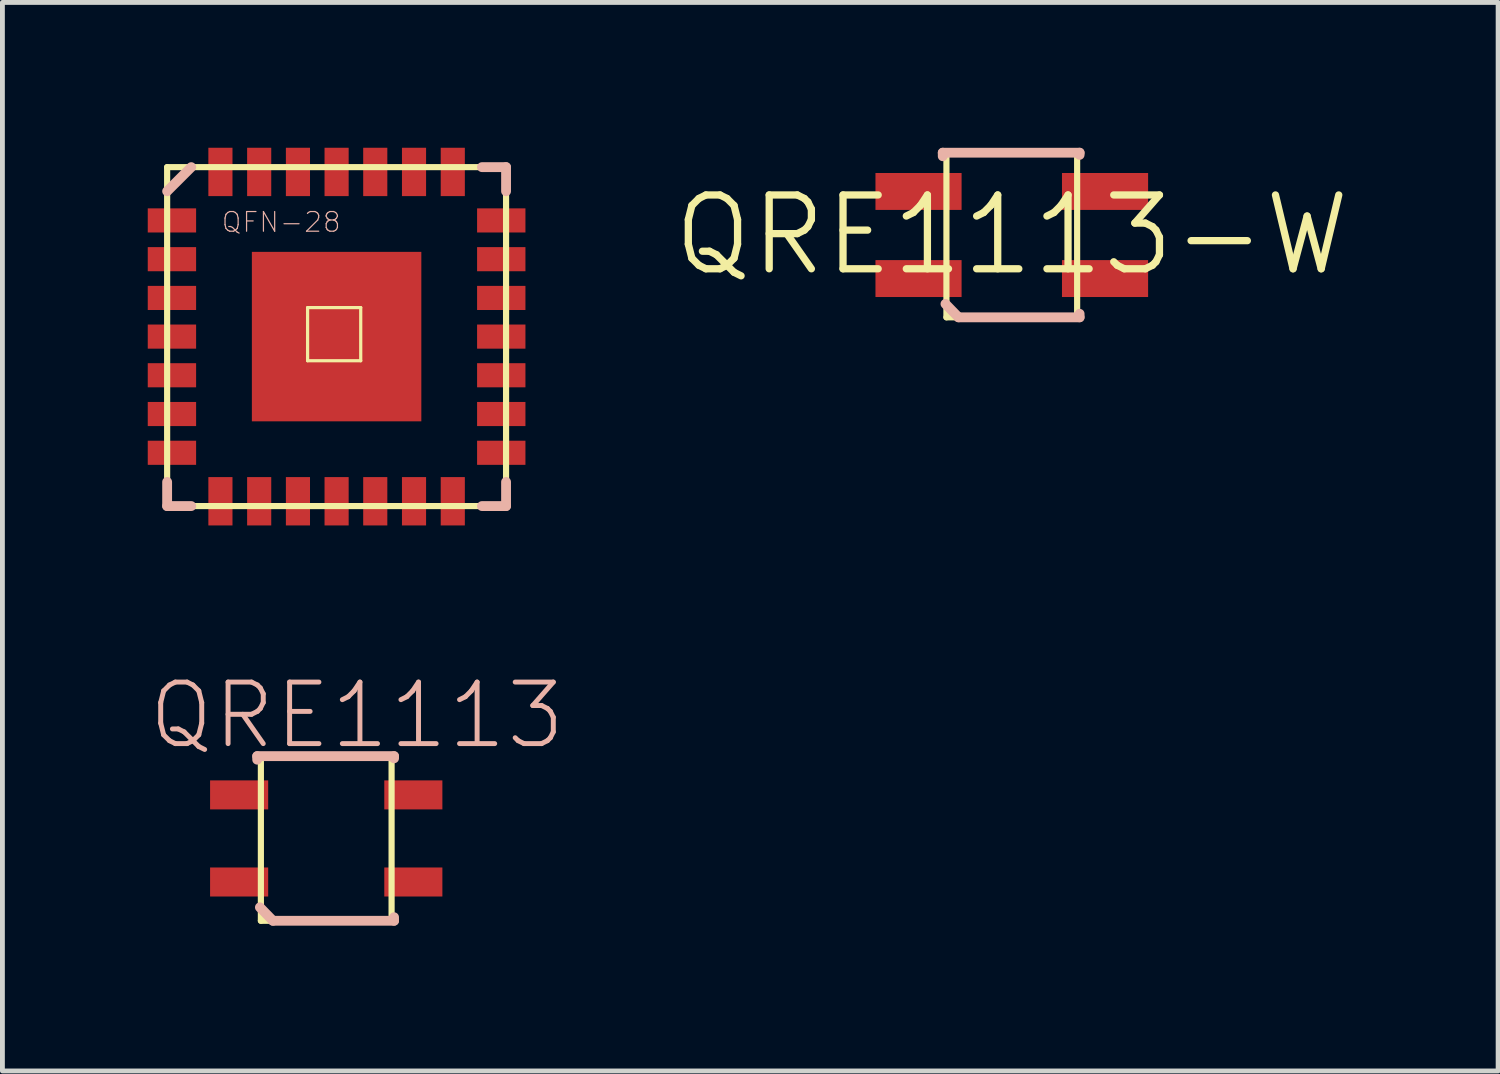
<source format=kicad_pcb>
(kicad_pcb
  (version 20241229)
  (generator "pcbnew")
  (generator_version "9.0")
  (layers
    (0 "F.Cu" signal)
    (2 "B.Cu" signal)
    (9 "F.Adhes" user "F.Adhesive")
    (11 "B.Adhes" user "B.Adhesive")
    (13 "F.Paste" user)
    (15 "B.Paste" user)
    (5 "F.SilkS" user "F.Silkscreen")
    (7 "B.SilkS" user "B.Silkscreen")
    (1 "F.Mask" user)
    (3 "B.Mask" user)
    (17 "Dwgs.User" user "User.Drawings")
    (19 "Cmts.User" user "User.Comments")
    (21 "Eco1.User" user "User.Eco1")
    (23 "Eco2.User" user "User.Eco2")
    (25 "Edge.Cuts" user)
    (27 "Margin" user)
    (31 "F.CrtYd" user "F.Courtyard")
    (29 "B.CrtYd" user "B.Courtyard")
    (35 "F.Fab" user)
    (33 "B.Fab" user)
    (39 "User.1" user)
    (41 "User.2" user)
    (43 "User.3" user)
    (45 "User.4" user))
  (footprint "QRE1113"
    (layer "F.Cu")
    (at 3.684 14.257)
    (property "Reference" "QRE1113" (at 0.635 -2.54 0) (layer "B.SilkS") (effects (font (size 1.27 1.27) (thickness 0.102))))
    (attr smd)
    (fp_line (start -1.349 -1.699) (end -1.349 1.699) (stroke (width 0.127) (type solid)) (layer "F.SilkS"))
    (fp_line (start -1.349 1.699) (end 1.349 1.699) (stroke (width 0.127) (type solid)) (layer "F.SilkS"))
    (fp_line (start 1.349 -1.699) (end -1.349 -1.699) (stroke (width 0.127) (type solid)) (layer "F.SilkS"))
    (fp_line (start 1.349 1.699) (end 1.349 -1.699) (stroke (width 0.127) (type solid)) (layer "F.SilkS"))
    (fp_line (start -1.425 -1.699) (end 1.4 -1.699) (stroke (width 0.203) (type solid)) (layer "B.SilkS"))
    (fp_line (start -1.425 -1.626) (end -1.425 -1.699) (stroke (width 0.203) (type solid)) (layer "B.SilkS"))
    (fp_line (start -1.369 1.422) (end -1.1 1.699) (stroke (width 0.203) (type solid)) (layer "B.SilkS"))
    (fp_line (start -1.1 1.699) (end 1.4 1.699) (stroke (width 0.203) (type solid)) (layer "B.SilkS"))
    (fp_line (start 1.4 -1.699) (end 1.4 -1.654) (stroke (width 0.203) (type solid)) (layer "B.SilkS"))
    (fp_line (start 1.4 1.699) (end 1.4 1.626) (stroke (width 0.203) (type solid)) (layer "B.SilkS"))
    (pad "1" smd rect (at -1.798 0.899) (size 1.199 0.599) (layers "F.Cu" "F.Mask" "F.Paste"))
    (pad "2" smd rect (at 1.798 0.899) (size 1.199 0.599) (layers "F.Cu" "F.Mask" "F.Paste"))
    (pad "3" smd rect (at 1.798 -0.899) (size 1.199 0.599) (layers "F.Cu" "F.Mask" "F.Paste"))
    (pad "4" smd rect (at -1.798 -0.899) (size 1.199 0.599) (layers "F.Cu" "F.Mask" "F.Paste")))
  (footprint "QFN-28"
    (layer "F.Cu")
    (at 3.898 3.898)
    (property "Reference" "QFN-28" (at -1.143 -2.362 0) (layer "B.SilkS") (effects (font (size 0.406 0.406) (thickness 0.025))))
    (attr smd)
    (fp_line (start -3.498 -3.498) (end 3.498 -3.498) (stroke (width 0.127) (type solid)) (layer "F.SilkS"))
    (fp_line (start -3.498 3.498) (end -3.498 -3.498) (stroke (width 0.127) (type solid)) (layer "F.SilkS"))
    (fp_line (start -0.599 -0.599) (end 0.498 -0.599) (stroke (width 0.066) (type solid)) (layer "F.SilkS"))
    (fp_line (start -0.599 0.498) (end -0.599 -0.599) (stroke (width 0.066) (type solid)) (layer "F.SilkS"))
    (fp_line (start -0.599 0.498) (end 0.498 0.498) (stroke (width 0.066) (type solid)) (layer "F.SilkS"))
    (fp_line (start 0.498 0.498) (end 0.498 -0.599) (stroke (width 0.066) (type solid)) (layer "F.SilkS"))
    (fp_line (start 3.498 -3.498) (end 3.498 3.498) (stroke (width 0.127) (type solid)) (layer "F.SilkS"))
    (fp_line (start 3.498 3.498) (end -3.498 3.498) (stroke (width 0.127) (type solid)) (layer "F.SilkS"))
    (fp_line (start -3.498 3.498) (end -3.498 3) (stroke (width 0.203) (type solid)) (layer "B.SilkS"))
    (fp_line (start -3 -3.498) (end -3.498 -3) (stroke (width 0.203) (type solid)) (layer "B.SilkS"))
    (fp_line (start -3 3.498) (end -3.498 3.498) (stroke (width 0.203) (type solid)) (layer "B.SilkS"))
    (fp_line (start 3 3.498) (end 3.498 3.498) (stroke (width 0.203) (type solid)) (layer "B.SilkS"))
    (fp_line (start 3.498 -3.498) (end 3 -3.498) (stroke (width 0.203) (type solid)) (layer "B.SilkS"))
    (fp_line (start 3.498 -3) (end 3.498 -3.498) (stroke (width 0.203) (type solid)) (layer "B.SilkS"))
    (fp_line (start 3.498 3) (end 3.498 3.498) (stroke (width 0.203) (type solid)) (layer "B.SilkS"))
    (pad "0" smd rect (at 0 0) (size 3.498 3.498) (layers "F.Cu" "F.Mask" "F.Paste"))
    (pad "1" smd rect (at -3.399 -2.398 270) (size 0.498 0.998) (layers "F.Cu" "F.Mask" "F.Paste"))
    (pad "2" smd rect (at -3.399 -1.598 270) (size 0.498 0.998) (layers "F.Cu" "F.Mask" "F.Paste"))
    (pad "3" smd rect (at -3.399 -0.798 270) (size 0.498 0.998) (layers "F.Cu" "F.Mask" "F.Paste"))
    (pad "4" smd rect (at -3.399 0 270) (size 0.498 0.998) (layers "F.Cu" "F.Mask" "F.Paste"))
    (pad "5" smd rect (at -3.399 0.798 270) (size 0.498 0.998) (layers "F.Cu" "F.Mask" "F.Paste"))
    (pad "6" smd rect (at -3.399 1.598 270) (size 0.498 0.998) (layers "F.Cu" "F.Mask" "F.Paste"))
    (pad "7" smd rect (at -3.399 2.398 270) (size 0.498 0.998) (layers "F.Cu" "F.Mask" "F.Paste"))
    (pad "8" smd rect (at -2.398 3.399 180) (size 0.498 0.998) (layers "F.Cu" "F.Mask" "F.Paste"))
    (pad "9" smd rect (at -1.598 3.399 180) (size 0.498 0.998) (layers "F.Cu" "F.Mask" "F.Paste"))
    (pad "10" smd rect (at -0.798 3.399 180) (size 0.498 0.998) (layers "F.Cu" "F.Mask" "F.Paste"))
    (pad "11" smd rect (at 0 3.399 180) (size 0.498 0.998) (layers "F.Cu" "F.Mask" "F.Paste"))
    (pad "12" smd rect (at 0.798 3.399 180) (size 0.498 0.998) (layers "F.Cu" "F.Mask" "F.Paste"))
    (pad "13" smd rect (at 1.598 3.399 180) (size 0.498 0.998) (layers "F.Cu" "F.Mask" "F.Paste"))
    (pad "14" smd rect (at 2.398 3.399 180) (size 0.498 0.998) (layers "F.Cu" "F.Mask" "F.Paste"))
    (pad "15" smd rect (at 3.399 2.398 90) (size 0.498 0.998) (layers "F.Cu" "F.Mask" "F.Paste"))
    (pad "16" smd rect (at 3.399 1.598 90) (size 0.498 0.998) (layers "F.Cu" "F.Mask" "F.Paste"))
    (pad "17" smd rect (at 3.399 0.798 90) (size 0.498 0.998) (layers "F.Cu" "F.Mask" "F.Paste"))
    (pad "18" smd rect (at 3.399 0 90) (size 0.498 0.998) (layers "F.Cu" "F.Mask" "F.Paste"))
    (pad "19" smd rect (at 3.399 -0.798 90) (size 0.498 0.998) (layers "F.Cu" "F.Mask" "F.Paste"))
    (pad "20" smd rect (at 3.399 -1.598 90) (size 0.498 0.998) (layers "F.Cu" "F.Mask" "F.Paste"))
    (pad "21" smd rect (at 3.399 -2.398 90) (size 0.498 0.998) (layers "F.Cu" "F.Mask" "F.Paste"))
    (pad "22" smd rect (at 2.398 -3.399) (size 0.498 0.998) (layers "F.Cu" "F.Mask" "F.Paste"))
    (pad "23" smd rect (at 1.598 -3.399) (size 0.498 0.998) (layers "F.Cu" "F.Mask" "F.Paste"))
    (pad "24" smd rect (at 0.798 -3.399) (size 0.498 0.998) (layers "F.Cu" "F.Mask" "F.Paste"))
    (pad "25" smd rect (at 0 -3.399) (size 0.498 0.998) (layers "F.Cu" "F.Mask" "F.Paste"))
    (pad "26" smd rect (at -0.798 -3.399) (size 0.498 0.998) (layers "F.Cu" "F.Mask" "F.Paste"))
    (pad "27" smd rect (at -1.598 -3.399) (size 0.498 0.998) (layers "F.Cu" "F.Mask" "F.Paste"))
    (pad "28" smd rect (at -2.398 -3.399) (size 0.498 0.998) (layers "F.Cu" "F.Mask" "F.Paste")))
  (footprint "QRE1113-W"
    (layer "F.Cu")
    (at 17.835 1.801)
    (property "Reference" "QRE1113-W" (at 0 0 0) (layer "F.SilkS") (effects (font (size 1.524 1.524) (thickness 0.15))))
    (attr smd)
    (fp_line (start -1.349 -1.699) (end -1.349 1.699) (stroke (width 0.127) (type solid)) (layer "F.SilkS"))
    (fp_line (start -1.349 1.699) (end 1.349 1.699) (stroke (width 0.127) (type solid)) (layer "F.SilkS"))
    (fp_line (start 1.349 -1.699) (end -1.349 -1.699) (stroke (width 0.127) (type solid)) (layer "F.SilkS"))
    (fp_line (start 1.349 1.699) (end 1.349 -1.699) (stroke (width 0.127) (type solid)) (layer "F.SilkS"))
    (fp_line (start -1.425 -1.699) (end 1.4 -1.699) (stroke (width 0.203) (type solid)) (layer "B.SilkS"))
    (fp_line (start -1.425 -1.626) (end -1.425 -1.699) (stroke (width 0.203) (type solid)) (layer "B.SilkS"))
    (fp_line (start -1.369 1.422) (end -1.1 1.699) (stroke (width 0.203) (type solid)) (layer "B.SilkS"))
    (fp_line (start -1.1 1.699) (end 1.4 1.699) (stroke (width 0.203) (type solid)) (layer "B.SilkS"))
    (fp_line (start 1.4 -1.699) (end 1.4 -1.654) (stroke (width 0.203) (type solid)) (layer "B.SilkS"))
    (fp_line (start 1.4 1.699) (end 1.4 1.626) (stroke (width 0.203) (type solid)) (layer "B.SilkS"))
    (pad "1" smd rect (at -1.925 0.899) (size 1.778 0.762) (layers "F.Cu" "F.Mask" "F.Paste"))
    (pad "2" smd rect (at 1.925 0.899) (size 1.778 0.762) (layers "F.Cu" "F.Mask" "F.Paste"))
    (pad "3" smd rect (at 1.925 -0.899) (size 1.778 0.762) (layers "F.Cu" "F.Mask" "F.Paste"))
    (pad "4" smd rect (at -1.925 -0.899) (size 1.778 0.762) (layers "F.Cu" "F.Mask" "F.Paste")))
  (gr_rect
    (start -3 -3)
    (end 27.874 19.057)
    (stroke (width 0.1) (type default))
    (fill no)
    (layer "Edge.Cuts")))
</source>
